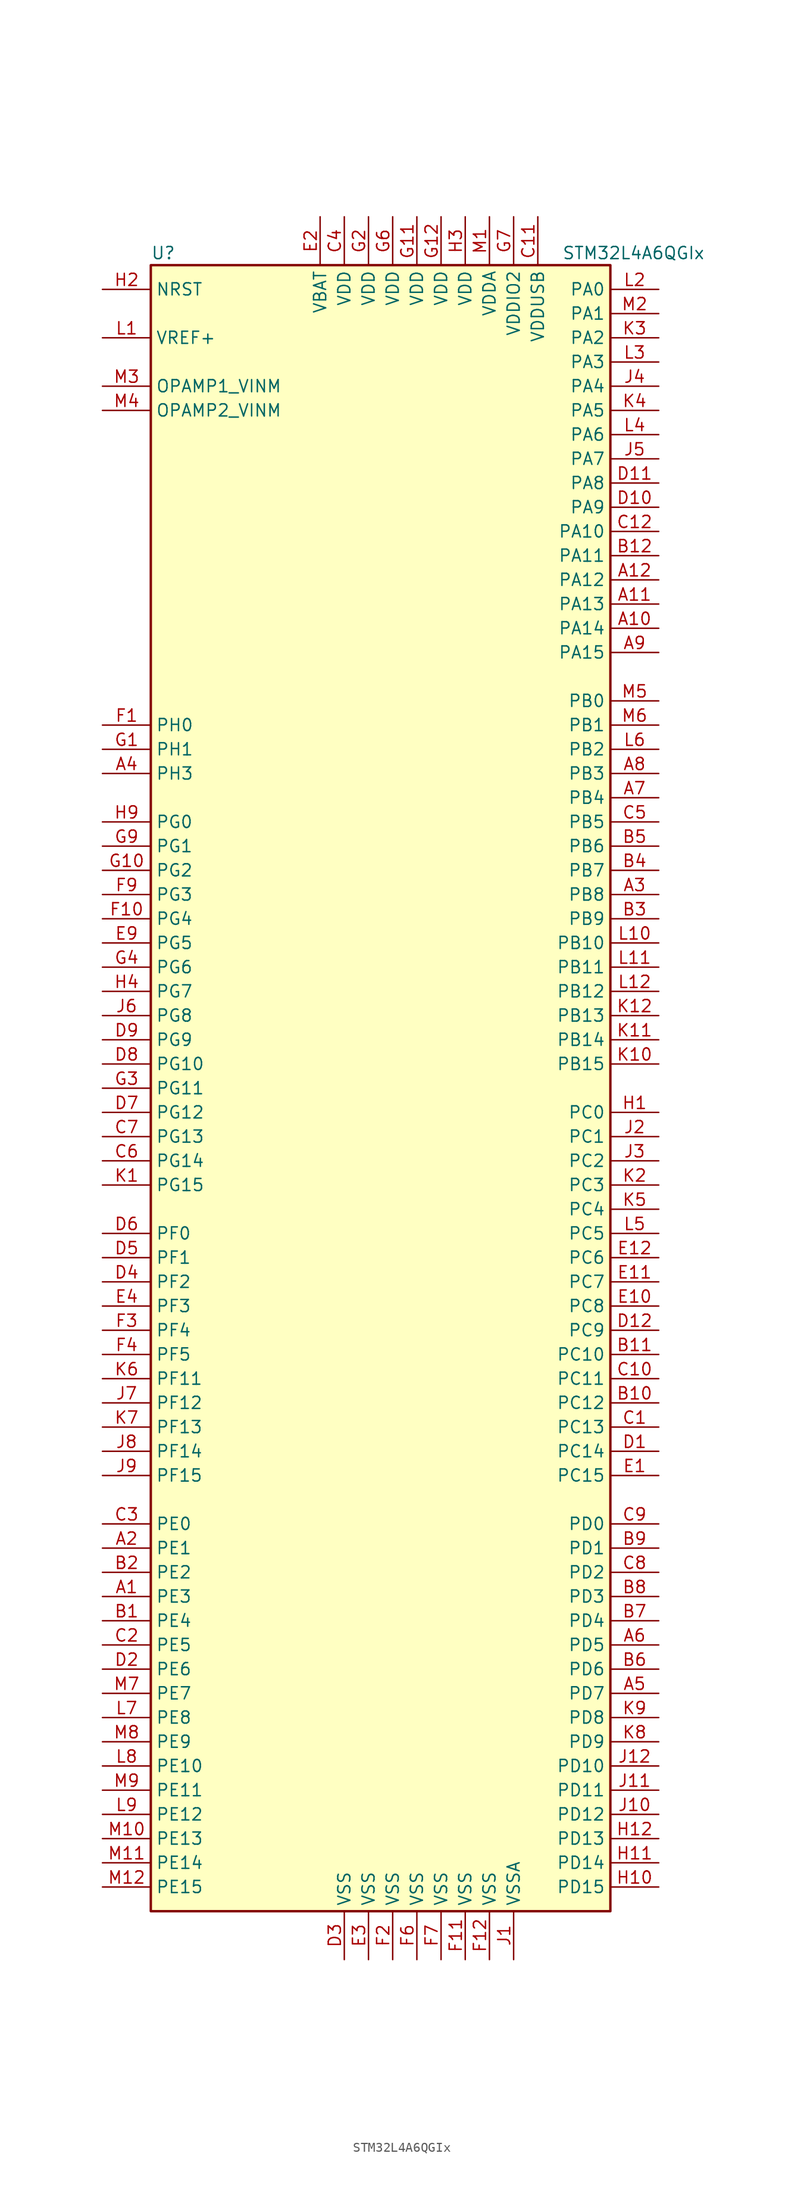
<source format=kicad_sym>
(kicad_symbol_lib
  (version 20201005)
  (generator kicad_symbol_editor)
  (symbol "STM32L4A6QGIx"
    (property "Reference" "U"
      (at -25.4 87.63 0)
      (effects (font (size 1.27 1.27)) (justify left)))
    (property "Value" "STM32L4A6QGIx"
      (at 17.78 87.63 0)
      (effects (font (size 1.27 1.27)) (justify left)))
    (symbol "STM32L4A6QGIx_0_1"
      (rectangle (start -25.4 -86.36) (end 22.86 86.36) (stroke (width 0.254)) (fill (type background))))
    (symbol "STM32L4A6QGIx_1_1"
      (pin bidirectional line (at -30.48 -53.34 0) (length 5.08) (name "PE3" (effects (font (size 1.27 1.27)))) (number "A1" (effects (font (size 1.27 1.27)))))
      (pin bidirectional line (at 27.94 48.26 180) (length 5.08) (name "PA14" (effects (font (size 1.27 1.27)))) (number "A10" (effects (font (size 1.27 1.27)))))
      (pin bidirectional line (at 27.94 50.8 180) (length 5.08) (name "PA13" (effects (font (size 1.27 1.27)))) (number "A11" (effects (font (size 1.27 1.27)))))
      (pin bidirectional line (at 27.94 53.34 180) (length 5.08) (name "PA12" (effects (font (size 1.27 1.27)))) (number "A12" (effects (font (size 1.27 1.27)))))
      (pin bidirectional line (at -30.48 -48.26 0) (length 5.08) (name "PE1" (effects (font (size 1.27 1.27)))) (number "A2" (effects (font (size 1.27 1.27)))))
      (pin bidirectional line (at 27.94 20.32 180) (length 5.08) (name "PB8" (effects (font (size 1.27 1.27)))) (number "A3" (effects (font (size 1.27 1.27)))))
      (pin bidirectional line (at -30.48 33.02 0) (length 5.08) (name "PH3" (effects (font (size 1.27 1.27)))) (number "A4" (effects (font (size 1.27 1.27)))))
      (pin bidirectional line (at 27.94 -63.5 180) (length 5.08) (name "PD7" (effects (font (size 1.27 1.27)))) (number "A5" (effects (font (size 1.27 1.27)))))
      (pin bidirectional line (at 27.94 -58.42 180) (length 5.08) (name "PD5" (effects (font (size 1.27 1.27)))) (number "A6" (effects (font (size 1.27 1.27)))))
      (pin bidirectional line (at 27.94 30.48 180) (length 5.08) (name "PB4" (effects (font (size 1.27 1.27)))) (number "A7" (effects (font (size 1.27 1.27)))))
      (pin bidirectional line (at 27.94 33.02 180) (length 5.08) (name "PB3" (effects (font (size 1.27 1.27)))) (number "A8" (effects (font (size 1.27 1.27)))))
      (pin bidirectional line (at 27.94 45.72 180) (length 5.08) (name "PA15" (effects (font (size 1.27 1.27)))) (number "A9" (effects (font (size 1.27 1.27)))))
      (pin bidirectional line (at -30.48 -55.88 0) (length 5.08) (name "PE4" (effects (font (size 1.27 1.27)))) (number "B1" (effects (font (size 1.27 1.27)))))
      (pin bidirectional line (at 27.94 -33.02 180) (length 5.08) (name "PC12" (effects (font (size 1.27 1.27)))) (number "B10" (effects (font (size 1.27 1.27)))))
      (pin bidirectional line (at 27.94 -27.94 180) (length 5.08) (name "PC10" (effects (font (size 1.27 1.27)))) (number "B11" (effects (font (size 1.27 1.27)))))
      (pin bidirectional line (at 27.94 55.88 180) (length 5.08) (name "PA11" (effects (font (size 1.27 1.27)))) (number "B12" (effects (font (size 1.27 1.27)))))
      (pin bidirectional line (at -30.48 -50.8 0) (length 5.08) (name "PE2" (effects (font (size 1.27 1.27)))) (number "B2" (effects (font (size 1.27 1.27)))))
      (pin bidirectional line (at 27.94 17.78 180) (length 5.08) (name "PB9" (effects (font (size 1.27 1.27)))) (number "B3" (effects (font (size 1.27 1.27)))))
      (pin bidirectional line (at 27.94 22.86 180) (length 5.08) (name "PB7" (effects (font (size 1.27 1.27)))) (number "B4" (effects (font (size 1.27 1.27)))))
      (pin bidirectional line (at 27.94 25.4 180) (length 5.08) (name "PB6" (effects (font (size 1.27 1.27)))) (number "B5" (effects (font (size 1.27 1.27)))))
      (pin bidirectional line (at 27.94 -60.96 180) (length 5.08) (name "PD6" (effects (font (size 1.27 1.27)))) (number "B6" (effects (font (size 1.27 1.27)))))
      (pin bidirectional line (at 27.94 -55.88 180) (length 5.08) (name "PD4" (effects (font (size 1.27 1.27)))) (number "B7" (effects (font (size 1.27 1.27)))))
      (pin bidirectional line (at 27.94 -53.34 180) (length 5.08) (name "PD3" (effects (font (size 1.27 1.27)))) (number "B8" (effects (font (size 1.27 1.27)))))
      (pin bidirectional line (at 27.94 -48.26 180) (length 5.08) (name "PD1" (effects (font (size 1.27 1.27)))) (number "B9" (effects (font (size 1.27 1.27)))))
      (pin bidirectional line (at 27.94 -35.56 180) (length 5.08) (name "PC13" (effects (font (size 1.27 1.27)))) (number "C1" (effects (font (size 1.27 1.27)))))
      (pin bidirectional line (at 27.94 -30.48 180) (length 5.08) (name "PC11" (effects (font (size 1.27 1.27)))) (number "C10" (effects (font (size 1.27 1.27)))))
      (pin power_in line (at 15.24 91.44 270) (length 5.08) (name "VDDUSB" (effects (font (size 1.27 1.27)))) (number "C11" (effects (font (size 1.27 1.27)))))
      (pin bidirectional line (at 27.94 58.42 180) (length 5.08) (name "PA10" (effects (font (size 1.27 1.27)))) (number "C12" (effects (font (size 1.27 1.27)))))
      (pin bidirectional line (at -30.48 -58.42 0) (length 5.08) (name "PE5" (effects (font (size 1.27 1.27)))) (number "C2" (effects (font (size 1.27 1.27)))))
      (pin bidirectional line (at -30.48 -45.72 0) (length 5.08) (name "PE0" (effects (font (size 1.27 1.27)))) (number "C3" (effects (font (size 1.27 1.27)))))
      (pin power_in line (at -5.08 91.44 270) (length 5.08) (name "VDD" (effects (font (size 1.27 1.27)))) (number "C4" (effects (font (size 1.27 1.27)))))
      (pin bidirectional line (at 27.94 27.94 180) (length 5.08) (name "PB5" (effects (font (size 1.27 1.27)))) (number "C5" (effects (font (size 1.27 1.27)))))
      (pin bidirectional line (at -30.48 -7.62 0) (length 5.08) (name "PG14" (effects (font (size 1.27 1.27)))) (number "C6" (effects (font (size 1.27 1.27)))))
      (pin bidirectional line (at -30.48 -5.08 0) (length 5.08) (name "PG13" (effects (font (size 1.27 1.27)))) (number "C7" (effects (font (size 1.27 1.27)))))
      (pin bidirectional line (at 27.94 -50.8 180) (length 5.08) (name "PD2" (effects (font (size 1.27 1.27)))) (number "C8" (effects (font (size 1.27 1.27)))))
      (pin bidirectional line (at 27.94 -45.72 180) (length 5.08) (name "PD0" (effects (font (size 1.27 1.27)))) (number "C9" (effects (font (size 1.27 1.27)))))
      (pin bidirectional line (at 27.94 -38.1 180) (length 5.08) (name "PC14" (effects (font (size 1.27 1.27)))) (number "D1" (effects (font (size 1.27 1.27)))))
      (pin bidirectional line (at 27.94 60.96 180) (length 5.08) (name "PA9" (effects (font (size 1.27 1.27)))) (number "D10" (effects (font (size 1.27 1.27)))))
      (pin bidirectional line (at 27.94 63.5 180) (length 5.08) (name "PA8" (effects (font (size 1.27 1.27)))) (number "D11" (effects (font (size 1.27 1.27)))))
      (pin bidirectional line (at 27.94 -25.4 180) (length 5.08) (name "PC9" (effects (font (size 1.27 1.27)))) (number "D12" (effects (font (size 1.27 1.27)))))
      (pin bidirectional line (at -30.48 -60.96 0) (length 5.08) (name "PE6" (effects (font (size 1.27 1.27)))) (number "D2" (effects (font (size 1.27 1.27)))))
      (pin power_in line (at -5.08 -91.44 90) (length 5.08) (name "VSS" (effects (font (size 1.27 1.27)))) (number "D3" (effects (font (size 1.27 1.27)))))
      (pin bidirectional line (at -30.48 -20.32 0) (length 5.08) (name "PF2" (effects (font (size 1.27 1.27)))) (number "D4" (effects (font (size 1.27 1.27)))))
      (pin bidirectional line (at -30.48 -17.78 0) (length 5.08) (name "PF1" (effects (font (size 1.27 1.27)))) (number "D5" (effects (font (size 1.27 1.27)))))
      (pin bidirectional line (at -30.48 -15.24 0) (length 5.08) (name "PF0" (effects (font (size 1.27 1.27)))) (number "D6" (effects (font (size 1.27 1.27)))))
      (pin bidirectional line (at -30.48 -2.54 0) (length 5.08) (name "PG12" (effects (font (size 1.27 1.27)))) (number "D7" (effects (font (size 1.27 1.27)))))
      (pin bidirectional line (at -30.48 2.54 0) (length 5.08) (name "PG10" (effects (font (size 1.27 1.27)))) (number "D8" (effects (font (size 1.27 1.27)))))
      (pin bidirectional line (at -30.48 5.08 0) (length 5.08) (name "PG9" (effects (font (size 1.27 1.27)))) (number "D9" (effects (font (size 1.27 1.27)))))
      (pin bidirectional line (at 27.94 -40.64 180) (length 5.08) (name "PC15" (effects (font (size 1.27 1.27)))) (number "E1" (effects (font (size 1.27 1.27)))))
      (pin bidirectional line (at 27.94 -22.86 180) (length 5.08) (name "PC8" (effects (font (size 1.27 1.27)))) (number "E10" (effects (font (size 1.27 1.27)))))
      (pin bidirectional line (at 27.94 -20.32 180) (length 5.08) (name "PC7" (effects (font (size 1.27 1.27)))) (number "E11" (effects (font (size 1.27 1.27)))))
      (pin bidirectional line (at 27.94 -17.78 180) (length 5.08) (name "PC6" (effects (font (size 1.27 1.27)))) (number "E12" (effects (font (size 1.27 1.27)))))
      (pin power_in line (at -7.62 91.44 270) (length 5.08) (name "VBAT" (effects (font (size 1.27 1.27)))) (number "E2" (effects (font (size 1.27 1.27)))))
      (pin power_in line (at -2.54 -91.44 90) (length 5.08) (name "VSS" (effects (font (size 1.27 1.27)))) (number "E3" (effects (font (size 1.27 1.27)))))
      (pin bidirectional line (at -30.48 -22.86 0) (length 5.08) (name "PF3" (effects (font (size 1.27 1.27)))) (number "E4" (effects (font (size 1.27 1.27)))))
      (pin bidirectional line (at -30.48 15.24 0) (length 5.08) (name "PG5" (effects (font (size 1.27 1.27)))) (number "E9" (effects (font (size 1.27 1.27)))))
      (pin input line (at -30.48 38.1 0) (length 5.08) (name "PH0" (effects (font (size 1.27 1.27)))) (number "F1" (effects (font (size 1.27 1.27)))))
      (pin bidirectional line (at -30.48 17.78 0) (length 5.08) (name "PG4" (effects (font (size 1.27 1.27)))) (number "F10" (effects (font (size 1.27 1.27)))))
      (pin power_in line (at 7.62 -91.44 90) (length 5.08) (name "VSS" (effects (font (size 1.27 1.27)))) (number "F11" (effects (font (size 1.27 1.27)))))
      (pin power_in line (at 10.16 -91.44 90) (length 5.08) (name "VSS" (effects (font (size 1.27 1.27)))) (number "F12" (effects (font (size 1.27 1.27)))))
      (pin power_in line (at 0 -91.44 90) (length 5.08) (name "VSS" (effects (font (size 1.27 1.27)))) (number "F2" (effects (font (size 1.27 1.27)))))
      (pin bidirectional line (at -30.48 -25.4 0) (length 5.08) (name "PF4" (effects (font (size 1.27 1.27)))) (number "F3" (effects (font (size 1.27 1.27)))))
      (pin bidirectional line (at -30.48 -27.94 0) (length 5.08) (name "PF5" (effects (font (size 1.27 1.27)))) (number "F4" (effects (font (size 1.27 1.27)))))
      (pin power_in line (at 2.54 -91.44 90) (length 5.08) (name "VSS" (effects (font (size 1.27 1.27)))) (number "F6" (effects (font (size 1.27 1.27)))))
      (pin power_in line (at 5.08 -91.44 90) (length 5.08) (name "VSS" (effects (font (size 1.27 1.27)))) (number "F7" (effects (font (size 1.27 1.27)))))
      (pin bidirectional line (at -30.48 20.32 0) (length 5.08) (name "PG3" (effects (font (size 1.27 1.27)))) (number "F9" (effects (font (size 1.27 1.27)))))
      (pin input line (at -30.48 35.56 0) (length 5.08) (name "PH1" (effects (font (size 1.27 1.27)))) (number "G1" (effects (font (size 1.27 1.27)))))
      (pin bidirectional line (at -30.48 22.86 0) (length 5.08) (name "PG2" (effects (font (size 1.27 1.27)))) (number "G10" (effects (font (size 1.27 1.27)))))
      (pin power_in line (at 2.54 91.44 270) (length 5.08) (name "VDD" (effects (font (size 1.27 1.27)))) (number "G11" (effects (font (size 1.27 1.27)))))
      (pin power_in line (at 5.08 91.44 270) (length 5.08) (name "VDD" (effects (font (size 1.27 1.27)))) (number "G12" (effects (font (size 1.27 1.27)))))
      (pin power_in line (at -2.54 91.44 270) (length 5.08) (name "VDD" (effects (font (size 1.27 1.27)))) (number "G2" (effects (font (size 1.27 1.27)))))
      (pin bidirectional line (at -30.48 0 0) (length 5.08) (name "PG11" (effects (font (size 1.27 1.27)))) (number "G3" (effects (font (size 1.27 1.27)))))
      (pin bidirectional line (at -30.48 12.7 0) (length 5.08) (name "PG6" (effects (font (size 1.27 1.27)))) (number "G4" (effects (font (size 1.27 1.27)))))
      (pin power_in line (at 0 91.44 270) (length 5.08) (name "VDD" (effects (font (size 1.27 1.27)))) (number "G6" (effects (font (size 1.27 1.27)))))
      (pin power_in line (at 12.7 91.44 270) (length 5.08) (name "VDDIO2" (effects (font (size 1.27 1.27)))) (number "G7" (effects (font (size 1.27 1.27)))))
      (pin bidirectional line (at -30.48 25.4 0) (length 5.08) (name "PG1" (effects (font (size 1.27 1.27)))) (number "G9" (effects (font (size 1.27 1.27)))))
      (pin bidirectional line (at 27.94 -2.54 180) (length 5.08) (name "PC0" (effects (font (size 1.27 1.27)))) (number "H1" (effects (font (size 1.27 1.27)))))
      (pin bidirectional line (at 27.94 -83.82 180) (length 5.08) (name "PD15" (effects (font (size 1.27 1.27)))) (number "H10" (effects (font (size 1.27 1.27)))))
      (pin bidirectional line (at 27.94 -81.28 180) (length 5.08) (name "PD14" (effects (font (size 1.27 1.27)))) (number "H11" (effects (font (size 1.27 1.27)))))
      (pin bidirectional line (at 27.94 -78.74 180) (length 5.08) (name "PD13" (effects (font (size 1.27 1.27)))) (number "H12" (effects (font (size 1.27 1.27)))))
      (pin input line (at -30.48 83.82 0) (length 5.08) (name "NRST" (effects (font (size 1.27 1.27)))) (number "H2" (effects (font (size 1.27 1.27)))))
      (pin power_in line (at 7.62 91.44 270) (length 5.08) (name "VDD" (effects (font (size 1.27 1.27)))) (number "H3" (effects (font (size 1.27 1.27)))))
      (pin bidirectional line (at -30.48 10.16 0) (length 5.08) (name "PG7" (effects (font (size 1.27 1.27)))) (number "H4" (effects (font (size 1.27 1.27)))))
      (pin bidirectional line (at -30.48 27.94 0) (length 5.08) (name "PG0" (effects (font (size 1.27 1.27)))) (number "H9" (effects (font (size 1.27 1.27)))))
      (pin power_in line (at 12.7 -91.44 90) (length 5.08) (name "VSSA" (effects (font (size 1.27 1.27)))) (number "J1" (effects (font (size 1.27 1.27)))))
      (pin bidirectional line (at 27.94 -76.2 180) (length 5.08) (name "PD12" (effects (font (size 1.27 1.27)))) (number "J10" (effects (font (size 1.27 1.27)))))
      (pin bidirectional line (at 27.94 -73.66 180) (length 5.08) (name "PD11" (effects (font (size 1.27 1.27)))) (number "J11" (effects (font (size 1.27 1.27)))))
      (pin bidirectional line (at 27.94 -71.12 180) (length 5.08) (name "PD10" (effects (font (size 1.27 1.27)))) (number "J12" (effects (font (size 1.27 1.27)))))
      (pin bidirectional line (at 27.94 -5.08 180) (length 5.08) (name "PC1" (effects (font (size 1.27 1.27)))) (number "J2" (effects (font (size 1.27 1.27)))))
      (pin bidirectional line (at 27.94 -7.62 180) (length 5.08) (name "PC2" (effects (font (size 1.27 1.27)))) (number "J3" (effects (font (size 1.27 1.27)))))
      (pin bidirectional line (at 27.94 73.66 180) (length 5.08) (name "PA4" (effects (font (size 1.27 1.27)))) (number "J4" (effects (font (size 1.27 1.27)))))
      (pin bidirectional line (at 27.94 66.04 180) (length 5.08) (name "PA7" (effects (font (size 1.27 1.27)))) (number "J5" (effects (font (size 1.27 1.27)))))
      (pin bidirectional line (at -30.48 7.62 0) (length 5.08) (name "PG8" (effects (font (size 1.27 1.27)))) (number "J6" (effects (font (size 1.27 1.27)))))
      (pin bidirectional line (at -30.48 -33.02 0) (length 5.08) (name "PF12" (effects (font (size 1.27 1.27)))) (number "J7" (effects (font (size 1.27 1.27)))))
      (pin bidirectional line (at -30.48 -38.1 0) (length 5.08) (name "PF14" (effects (font (size 1.27 1.27)))) (number "J8" (effects (font (size 1.27 1.27)))))
      (pin bidirectional line (at -30.48 -40.64 0) (length 5.08) (name "PF15" (effects (font (size 1.27 1.27)))) (number "J9" (effects (font (size 1.27 1.27)))))
      (pin bidirectional line (at -30.48 -10.16 0) (length 5.08) (name "PG15" (effects (font (size 1.27 1.27)))) (number "K1" (effects (font (size 1.27 1.27)))))
      (pin bidirectional line (at 27.94 2.54 180) (length 5.08) (name "PB15" (effects (font (size 1.27 1.27)))) (number "K10" (effects (font (size 1.27 1.27)))))
      (pin bidirectional line (at 27.94 5.08 180) (length 5.08) (name "PB14" (effects (font (size 1.27 1.27)))) (number "K11" (effects (font (size 1.27 1.27)))))
      (pin bidirectional line (at 27.94 7.62 180) (length 5.08) (name "PB13" (effects (font (size 1.27 1.27)))) (number "K12" (effects (font (size 1.27 1.27)))))
      (pin bidirectional line (at 27.94 -10.16 180) (length 5.08) (name "PC3" (effects (font (size 1.27 1.27)))) (number "K2" (effects (font (size 1.27 1.27)))))
      (pin bidirectional line (at 27.94 78.74 180) (length 5.08) (name "PA2" (effects (font (size 1.27 1.27)))) (number "K3" (effects (font (size 1.27 1.27)))))
      (pin bidirectional line (at 27.94 71.12 180) (length 5.08) (name "PA5" (effects (font (size 1.27 1.27)))) (number "K4" (effects (font (size 1.27 1.27)))))
      (pin bidirectional line (at 27.94 -12.7 180) (length 5.08) (name "PC4" (effects (font (size 1.27 1.27)))) (number "K5" (effects (font (size 1.27 1.27)))))
      (pin bidirectional line (at -30.48 -30.48 0) (length 5.08) (name "PF11" (effects (font (size 1.27 1.27)))) (number "K6" (effects (font (size 1.27 1.27)))))
      (pin bidirectional line (at -30.48 -35.56 0) (length 5.08) (name "PF13" (effects (font (size 1.27 1.27)))) (number "K7" (effects (font (size 1.27 1.27)))))
      (pin bidirectional line (at 27.94 -68.58 180) (length 5.08) (name "PD9" (effects (font (size 1.27 1.27)))) (number "K8" (effects (font (size 1.27 1.27)))))
      (pin bidirectional line (at 27.94 -66.04 180) (length 5.08) (name "PD8" (effects (font (size 1.27 1.27)))) (number "K9" (effects (font (size 1.27 1.27)))))
      (pin bidirectional line (at -30.48 78.74 0) (length 5.08) (name "VREF+" (effects (font (size 1.27 1.27)))) (number "L1" (effects (font (size 1.27 1.27)))))
      (pin bidirectional line (at 27.94 15.24 180) (length 5.08) (name "PB10" (effects (font (size 1.27 1.27)))) (number "L10" (effects (font (size 1.27 1.27)))))
      (pin bidirectional line (at 27.94 12.7 180) (length 5.08) (name "PB11" (effects (font (size 1.27 1.27)))) (number "L11" (effects (font (size 1.27 1.27)))))
      (pin bidirectional line (at 27.94 10.16 180) (length 5.08) (name "PB12" (effects (font (size 1.27 1.27)))) (number "L12" (effects (font (size 1.27 1.27)))))
      (pin bidirectional line (at 27.94 83.82 180) (length 5.08) (name "PA0" (effects (font (size 1.27 1.27)))) (number "L2" (effects (font (size 1.27 1.27)))))
      (pin bidirectional line (at 27.94 76.2 180) (length 5.08) (name "PA3" (effects (font (size 1.27 1.27)))) (number "L3" (effects (font (size 1.27 1.27)))))
      (pin bidirectional line (at 27.94 68.58 180) (length 5.08) (name "PA6" (effects (font (size 1.27 1.27)))) (number "L4" (effects (font (size 1.27 1.27)))))
      (pin bidirectional line (at 27.94 -15.24 180) (length 5.08) (name "PC5" (effects (font (size 1.27 1.27)))) (number "L5" (effects (font (size 1.27 1.27)))))
      (pin bidirectional line (at 27.94 35.56 180) (length 5.08) (name "PB2" (effects (font (size 1.27 1.27)))) (number "L6" (effects (font (size 1.27 1.27)))))
      (pin bidirectional line (at -30.48 -66.04 0) (length 5.08) (name "PE8" (effects (font (size 1.27 1.27)))) (number "L7" (effects (font (size 1.27 1.27)))))
      (pin bidirectional line (at -30.48 -71.12 0) (length 5.08) (name "PE10" (effects (font (size 1.27 1.27)))) (number "L8" (effects (font (size 1.27 1.27)))))
      (pin bidirectional line (at -30.48 -76.2 0) (length 5.08) (name "PE12" (effects (font (size 1.27 1.27)))) (number "L9" (effects (font (size 1.27 1.27)))))
      (pin power_in line (at 10.16 91.44 270) (length 5.08) (name "VDDA" (effects (font (size 1.27 1.27)))) (number "M1" (effects (font (size 1.27 1.27)))))
      (pin bidirectional line (at -30.48 -78.74 0) (length 5.08) (name "PE13" (effects (font (size 1.27 1.27)))) (number "M10" (effects (font (size 1.27 1.27)))))
      (pin bidirectional line (at -30.48 -81.28 0) (length 5.08) (name "PE14" (effects (font (size 1.27 1.27)))) (number "M11" (effects (font (size 1.27 1.27)))))
      (pin bidirectional line (at -30.48 -83.82 0) (length 5.08) (name "PE15" (effects (font (size 1.27 1.27)))) (number "M12" (effects (font (size 1.27 1.27)))))
      (pin bidirectional line (at 27.94 81.28 180) (length 5.08) (name "PA1" (effects (font (size 1.27 1.27)))) (number "M2" (effects (font (size 1.27 1.27)))))
      (pin bidirectional line (at -30.48 73.66 0) (length 5.08) (name "OPAMP1_VINM" (effects (font (size 1.27 1.27)))) (number "M3" (effects (font (size 1.27 1.27)))))
      (pin bidirectional line (at -30.48 71.12 0) (length 5.08) (name "OPAMP2_VINM" (effects (font (size 1.27 1.27)))) (number "M4" (effects (font (size 1.27 1.27)))))
      (pin bidirectional line (at 27.94 40.64 180) (length 5.08) (name "PB0" (effects (font (size 1.27 1.27)))) (number "M5" (effects (font (size 1.27 1.27)))))
      (pin bidirectional line (at 27.94 38.1 180) (length 5.08) (name "PB1" (effects (font (size 1.27 1.27)))) (number "M6" (effects (font (size 1.27 1.27)))))
      (pin bidirectional line (at -30.48 -63.5 0) (length 5.08) (name "PE7" (effects (font (size 1.27 1.27)))) (number "M7" (effects (font (size 1.27 1.27)))))
      (pin bidirectional line (at -30.48 -68.58 0) (length 5.08) (name "PE9" (effects (font (size 1.27 1.27)))) (number "M8" (effects (font (size 1.27 1.27)))))
      (pin bidirectional line (at -30.48 -73.66 0) (length 5.08) (name "PE11" (effects (font (size 1.27 1.27)))) (number "M9" (effects (font (size 1.27 1.27))))))))
</source>
